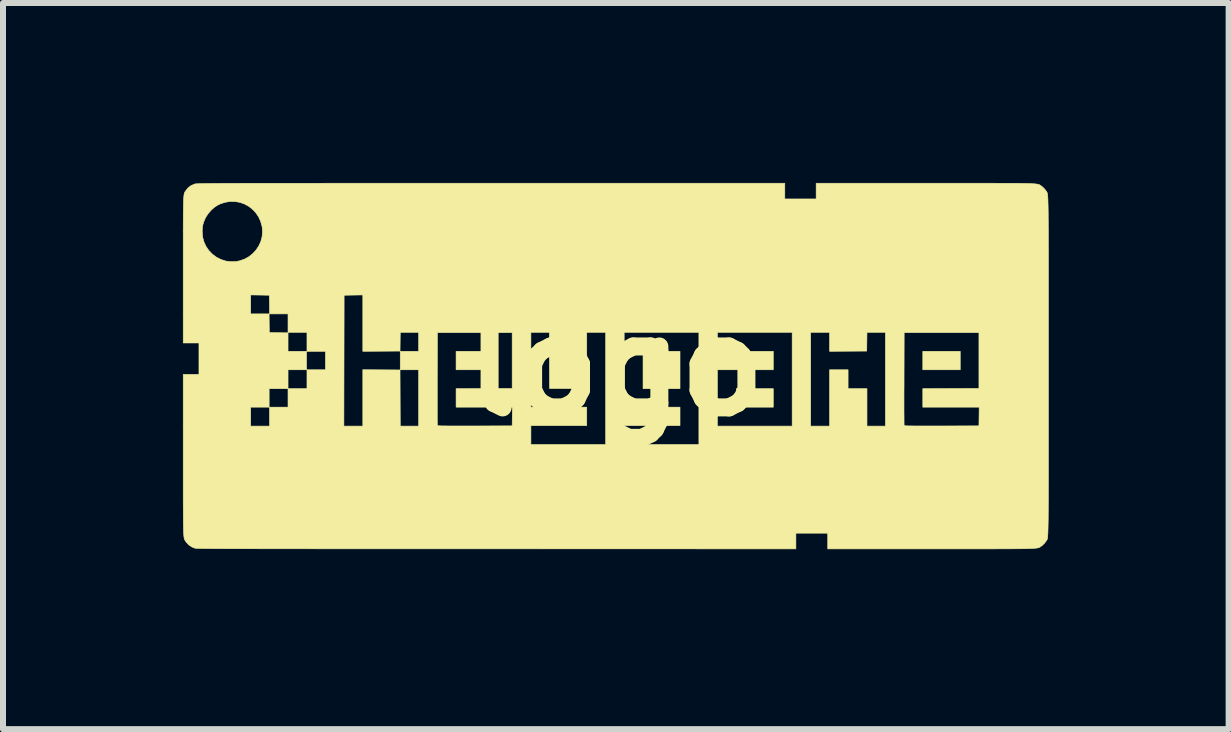
<source format=kicad_pcb>
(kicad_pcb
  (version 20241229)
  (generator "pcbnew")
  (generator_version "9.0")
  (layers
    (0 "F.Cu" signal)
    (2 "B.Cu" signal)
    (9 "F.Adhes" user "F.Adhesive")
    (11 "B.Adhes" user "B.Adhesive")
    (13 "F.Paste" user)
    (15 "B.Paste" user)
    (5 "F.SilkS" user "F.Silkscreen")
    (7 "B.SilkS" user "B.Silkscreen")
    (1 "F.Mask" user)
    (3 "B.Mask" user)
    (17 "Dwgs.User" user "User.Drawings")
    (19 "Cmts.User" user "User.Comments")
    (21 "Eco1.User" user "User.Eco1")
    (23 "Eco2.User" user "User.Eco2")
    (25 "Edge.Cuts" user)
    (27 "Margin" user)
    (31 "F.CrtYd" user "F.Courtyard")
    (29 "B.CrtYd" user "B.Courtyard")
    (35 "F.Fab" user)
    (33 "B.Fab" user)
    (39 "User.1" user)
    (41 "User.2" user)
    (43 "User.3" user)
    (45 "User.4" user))
  (footprint "logo"
    (layer "F.Cu")
    (at 7.217 3.053)
    (property "Reference" "logo" (at 0 0 0) (layer "F.SilkS") (effects (font (size 1.524 1.524) (thickness 0.3))))
    (attr through_hole)
    (fp_poly (pts (xy -2.04 0.062) (xy -2.663 0.062) (xy -2.663 -0.246) (xy -2.04 -0.246) (xy -2.04 0.062)) (stroke (width 0.01) (type solid)) (fill yes) (layer "F.SilkS"))
    (fp_poly (pts (xy 1.07 0.377) (xy 0.454 0.377) (xy 0.454 -0.246) (xy 1.07 -0.246) (xy 1.07 0.377)) (stroke (width 0.01) (type solid)) (fill yes) (layer "F.SilkS"))
    (fp_poly (pts (xy 2.625 0.685) (xy 2.009 0.685) (xy 2.009 0.377) (xy 2.625 0.377) (xy 2.625 0.685)) (stroke (width 0.01) (type solid)) (fill yes) (layer "F.SilkS"))
    (fp_poly (pts (xy 5.742 0.062) (xy 5.118 0.062) (xy 5.118 -0.246) (xy 5.742 -0.246) (xy 5.742 0.062)) (stroke (width 0.01) (type solid)) (fill yes) (layer "F.SilkS"))
    (fp_poly (pts (xy 5.869 -3.048) (xy 6.014 -3.048) (xy 6.146 -3.048) (xy 6.266 -3.048) (xy 6.375 -3.047) (xy 6.473 -3.047) (xy 6.561 -3.047) (xy 6.639 -3.046) (xy 6.709 -3.046) (xy 6.77 -3.045) (xy 6.823 -3.044) (xy 6.87 -3.043) (xy 6.909 -3.042) (xy 6.943 -3.04) (xy 6.971 -3.039) (xy 6.994 -3.037) (xy 7.014 -3.035) (xy 7.029 -3.032) (xy 7.041 -3.03) (xy 7.051 -3.027) (xy 7.059 -3.024) (xy 7.066 -3.021) (xy 7.072 -3.017) (xy 7.077 -3.013) (xy 7.084 -3.009) (xy 7.087 -3.007) (xy 7.123 -2.978) (xy 7.157 -2.942) (xy 7.176 -2.915) (xy 7.179 -2.911) (xy 7.182 -2.906) (xy 7.185 -2.902) (xy 7.188 -2.898) (xy 7.19 -2.893) (xy 7.192 -2.886) (xy 7.194 -2.878) (xy 7.196 -2.868) (xy 7.198 -2.854) (xy 7.2 -2.838) (xy 7.201 -2.818) (xy 7.203 -2.794) (xy 7.204 -2.766) (xy 7.205 -2.732) (xy 7.206 -2.693) (xy 7.207 -2.648) (xy 7.208 -2.596) (xy 7.209 -2.538) (xy 7.209 -2.472) (xy 7.21 -2.399) (xy 7.21 -2.317) (xy 7.211 -2.226) (xy 7.211 -2.126) (xy 7.211 -2.017) (xy 7.212 -1.897) (xy 7.212 -1.766) (xy 7.212 -1.625) (xy 7.212 -1.472) (xy 7.212 -1.306) (xy 7.212 -1.129) (xy 7.212 -0.938) (xy 7.212 -0.734) (xy 7.212 -0.516) (xy 7.212 -0.283) (xy 7.212 -0.036) (xy 7.212 0) (xy 7.212 0.249) (xy 7.212 0.484) (xy 7.212 0.704) (xy 7.212 0.91) (xy 7.212 1.103) (xy 7.212 1.282) (xy 7.212 1.449) (xy 7.212 1.604) (xy 7.212 1.747) (xy 7.212 1.879) (xy 7.211 2) (xy 7.211 2.111) (xy 7.211 2.213) (xy 7.21 2.305) (xy 7.21 2.388) (xy 7.209 2.462) (xy 7.209 2.529) (xy 7.208 2.589) (xy 7.207 2.641) (xy 7.206 2.687) (xy 7.205 2.727) (xy 7.204 2.761) (xy 7.203 2.79) (xy 7.201 2.815) (xy 7.2 2.836) (xy 7.198 2.852) (xy 7.197 2.866) (xy 7.195 2.877) (xy 7.193 2.885) (xy 7.19 2.892) (xy 7.188 2.897) (xy 7.185 2.902) (xy 7.183 2.906) (xy 7.18 2.91) (xy 7.177 2.915) (xy 7.176 2.915) (xy 7.148 2.953) (xy 7.112 2.988) (xy 7.087 3.007) (xy 7.08 3.011) (xy 7.074 3.015) (xy 7.068 3.019) (xy 7.062 3.023) (xy 7.054 3.026) (xy 7.045 3.029) (xy 7.033 3.032) (xy 7.019 3.034) (xy 7.001 3.036) (xy 6.978 3.038) (xy 6.952 3.04) (xy 6.919 3.041) (xy 6.881 3.043) (xy 6.837 3.044) (xy 6.785 3.045) (xy 6.726 3.046) (xy 6.658 3.046) (xy 6.581 3.047) (xy 6.495 3.047) (xy 6.398 3.047) (xy 6.291 3.048) (xy 6.172 3.048) (xy 6.042 3.048) (xy 5.899 3.048) (xy 5.743 3.048) (xy 5.573 3.048) (xy 5.388 3.048) (xy 5.252 3.048) (xy 3.533 3.048) (xy 3.533 2.786) (xy 3.002 2.786) (xy 3.002 3.048) (xy -1.988 3.047) (xy -2.325 3.047) (xy -2.647 3.047) (xy -2.954 3.047) (xy -3.247 3.047) (xy -3.526 3.047) (xy -3.791 3.047) (xy -4.043 3.047) (xy -4.281 3.047) (xy -4.507 3.047) (xy -4.721 3.047) (xy -4.922 3.047) (xy -5.112 3.046) (xy -5.29 3.046) (xy -5.457 3.046) (xy -5.614 3.046) (xy -5.76 3.046) (xy -5.896 3.046) (xy -6.023 3.045) (xy -6.14 3.045) (xy -6.247 3.045) (xy -6.347 3.044) (xy -6.437 3.044) (xy -6.52 3.044) (xy -6.595 3.043) (xy -6.662 3.043) (xy -6.723 3.043) (xy -6.777 3.042) (xy -6.824 3.042) (xy -6.865 3.041) (xy -6.901 3.041) (xy -6.931 3.04) (xy -6.956 3.04) (xy -6.976 3.039) (xy -6.992 3.038) (xy -7.004 3.038) (xy -7.012 3.037) (xy -7.017 3.036) (xy -7.018 3.036) (xy -7.074 3.013) (xy -7.125 2.977) (xy -7.167 2.929) (xy -7.176 2.915) (xy -7.181 2.908) (xy -7.185 2.902) (xy -7.188 2.895) (xy -7.192 2.887) (xy -7.195 2.877) (xy -7.197 2.865) (xy -7.2 2.85) (xy -7.202 2.831) (xy -7.204 2.807) (xy -7.205 2.779) (xy -7.207 2.744) (xy -7.208 2.703) (xy -7.209 2.655) (xy -7.21 2.599) (xy -7.21 2.535) (xy -7.211 2.461) (xy -7.211 2.377) (xy -7.212 2.283) (xy -7.212 2.177) (xy -7.212 2.059) (xy -7.212 1.929) (xy -7.212 1.785) (xy -7.212 1.627) (xy -7.212 1.472) (xy -7.212 0.685) (xy -6.088 0.685) (xy -6.088 1.001) (xy -5.773 1.001) (xy -4.534 1.001) (xy -4.218 1.001) (xy -4.218 0.061) (xy -3.908 0.063) (xy -3.598 0.065) (xy -3.596 0.533) (xy -3.594 1.001) (xy -3.287 1.001) (xy -3.287 0.612) (xy -2.977 0.612) (xy -2.977 0.697) (xy -2.977 0.772) (xy -2.977 0.839) (xy -2.977 0.894) (xy -2.976 0.938) (xy -2.976 0.97) (xy -2.975 0.987) (xy -2.975 0.991) (xy -2.972 0.993) (xy -2.962 0.994) (xy -2.945 0.996) (xy -2.921 0.997) (xy -2.887 0.998) (xy -2.844 0.998) (xy -2.791 0.999) (xy -2.726 0.999) (xy -2.65 0.999) (xy -2.56 0.999) (xy -2.457 0.999) (xy -2.35 0.999) (xy -1.728 0.997) (xy -1.726 0.841) (xy -1.724 0.685) (xy -2.663 0.685) (xy -2.663 0.377) (xy -2.196 0.375) (xy -1.728 0.373) (xy -1.728 -0.558) (xy -2.975 -0.558) (xy -2.977 0.212) (xy -2.977 0.319) (xy -2.977 0.423) (xy -2.977 0.521) (xy -2.977 0.612) (xy -3.287 0.612) (xy -3.287 0.062) (xy -3.594 0.062) (xy -3.594 -0.246) (xy -3.287 -0.246) (xy -3.287 -0.562) (xy -1.416 -0.562) (xy -1.416 0.685) (xy -0.485 0.685) (xy -0.485 0.993) (xy -1.416 0.993) (xy -1.416 1.308) (xy -0.169 1.308) (xy -0.169 -0.562) (xy 0.139 -0.562) (xy 0.139 0.685) (xy 1.07 0.685) (xy 1.07 0.993) (xy 0.139 0.993) (xy 0.139 1.308) (xy 1.385 1.308) (xy 1.385 -0.562) (xy 1.693 -0.562) (xy 1.693 -0.246) (xy 2.625 -0.246) (xy 2.625 0.062) (xy 1.693 0.062) (xy 1.693 1.001) (xy 2.94 1.001) (xy 2.94 -0.562) (xy 3.248 -0.562) (xy 3.248 1.001) (xy 3.564 1.001) (xy 3.564 0.062) (xy 3.872 0.062) (xy 3.872 0.377) (xy 4.187 0.377) (xy 4.187 1.001) (xy 4.495 1.001) (xy 4.495 0.612) (xy 4.804 0.612) (xy 4.804 0.697) (xy 4.804 0.772) (xy 4.805 0.839) (xy 4.805 0.894) (xy 4.805 0.938) (xy 4.806 0.97) (xy 4.806 0.987) (xy 4.806 0.991) (xy 4.81 0.993) (xy 4.82 0.994) (xy 4.836 0.996) (xy 4.861 0.997) (xy 4.894 0.998) (xy 4.937 0.998) (xy 4.991 0.999) (xy 5.055 0.999) (xy 5.132 0.999) (xy 5.221 0.999) (xy 5.325 0.999) (xy 5.432 0.999) (xy 6.054 0.997) (xy 6.056 0.841) (xy 6.058 0.685) (xy 5.118 0.685) (xy 5.118 0.377) (xy 5.586 0.375) (xy 6.054 0.373) (xy 6.054 -0.558) (xy 4.807 -0.558) (xy 4.805 0.212) (xy 4.805 0.319) (xy 4.804 0.423) (xy 4.804 0.521) (xy 4.804 0.612) (xy 4.495 0.612) (xy 4.495 -0.562) (xy 4.187 -0.562) (xy 4.185 -0.406) (xy 4.183 -0.25) (xy 3.873 -0.248) (xy 3.564 -0.246) (xy 3.564 -0.562) (xy 3.248 -0.562) (xy 2.94 -0.562) (xy 1.693 -0.562) (xy 1.385 -0.562) (xy 0.139 -0.562) (xy -0.169 -0.562) (xy -0.485 -0.562) (xy -0.485 0.377) (xy -0.795 0.375) (xy -1.105 0.373) (xy -1.108 -0.562) (xy -1.416 -0.562) (xy -3.287 -0.562) (xy -3.594 -0.562) (xy -3.596 -0.406) (xy -3.598 -0.25) (xy -3.908 -0.248) (xy -4.218 -0.246) (xy -4.218 -1.186) (xy -4.53 -1.181) (xy -4.532 -0.09) (xy -4.534 1.001) (xy -5.773 1.001) (xy -5.773 0.685) (xy -5.465 0.685) (xy -5.465 0.377) (xy -5.78 0.377) (xy -5.78 0.685) (xy -6.088 0.685) (xy -7.212 0.685) (xy -7.212 0.139) (xy -6.95 0.139) (xy -6.95 -0.385) (xy -7.212 -0.385) (xy -7.212 -1.186) (xy -6.088 -1.186) (xy -6.088 -0.87) (xy -5.781 -0.87) (xy -5.779 -0.714) (xy -5.777 -0.558) (xy -5.621 -0.556) (xy -5.465 -0.554) (xy -5.465 -0.246) (xy -5.157 -0.246) (xy -5.157 0.062) (xy -5.465 0.062) (xy -5.465 0.377) (xy -5.149 0.377) (xy -5.149 0.062) (xy -4.841 0.062) (xy -4.841 -0.246) (xy -5.149 -0.246) (xy -5.149 -0.562) (xy -5.465 -0.562) (xy -5.465 -0.87) (xy -5.772 -0.87) (xy -5.774 -1.026) (xy -5.777 -1.181) (xy -5.932 -1.184) (xy -6.088 -1.186) (xy -7.212 -1.186) (xy -7.212 -1.596) (xy -7.212 -1.759) (xy -7.212 -1.907) (xy -7.212 -2.041) (xy -7.212 -2.163) (xy -7.212 -2.244) (xy -6.896 -2.244) (xy -6.89 -2.156) (xy -6.869 -2.075) (xy -6.835 -1.999) (xy -6.789 -1.931) (xy -6.728 -1.867) (xy -6.659 -1.815) (xy -6.584 -1.777) (xy -6.504 -1.751) (xy -6.421 -1.74) (xy -6.335 -1.742) (xy -6.27 -1.755) (xy -6.19 -1.783) (xy -6.117 -1.823) (xy -6.053 -1.874) (xy -5.998 -1.934) (xy -5.953 -2.001) (xy -5.919 -2.075) (xy -5.898 -2.153) (xy -5.89 -2.235) (xy -5.896 -2.317) (xy -5.899 -2.333) (xy -5.923 -2.417) (xy -5.959 -2.494) (xy -6.006 -2.561) (xy -6.062 -2.619) (xy -6.125 -2.667) (xy -6.195 -2.704) (xy -6.27 -2.73) (xy -6.349 -2.743) (xy -6.43 -2.744) (xy -6.512 -2.731) (xy -6.593 -2.705) (xy -6.642 -2.681) (xy -6.696 -2.645) (xy -6.748 -2.598) (xy -6.794 -2.545) (xy -6.832 -2.488) (xy -6.842 -2.47) (xy -6.868 -2.41) (xy -6.885 -2.355) (xy -6.894 -2.3) (xy -6.896 -2.244) (xy -7.212 -2.244) (xy -7.212 -2.271) (xy -7.212 -2.368) (xy -7.211 -2.454) (xy -7.211 -2.53) (xy -7.21 -2.596) (xy -7.209 -2.653) (xy -7.208 -2.702) (xy -7.207 -2.744) (xy -7.206 -2.778) (xy -7.204 -2.807) (xy -7.202 -2.831) (xy -7.2 -2.85) (xy -7.197 -2.865) (xy -7.194 -2.878) (xy -7.191 -2.887) (xy -7.188 -2.896) (xy -7.184 -2.903) (xy -7.179 -2.91) (xy -7.176 -2.915) (xy -7.136 -2.966) (xy -7.087 -3.006) (xy -7.029 -3.032) (xy -7.014 -3.037) (xy -7.01 -3.037) (xy -7.003 -3.038) (xy -6.993 -3.039) (xy -6.98 -3.039) (xy -6.963 -3.04) (xy -6.942 -3.041) (xy -6.917 -3.041) (xy -6.887 -3.042) (xy -6.852 -3.042) (xy -6.811 -3.043) (xy -6.765 -3.043) (xy -6.713 -3.044) (xy -6.654 -3.044) (xy -6.589 -3.045) (xy -6.516 -3.045) (xy -6.436 -3.045) (xy -6.349 -3.045) (xy -6.253 -3.046) (xy -6.148 -3.046) (xy -6.035 -3.046) (xy -5.912 -3.047) (xy -5.78 -3.047) (xy -5.639 -3.047) (xy -5.487 -3.047) (xy -5.324 -3.047) (xy -5.15 -3.047) (xy -4.966 -3.047) (xy -4.769 -3.048) (xy -4.561 -3.048) (xy -4.34 -3.048) (xy -4.107 -3.048) (xy -3.861 -3.048) (xy -3.601 -3.048) (xy -3.328 -3.048) (xy -3.041 -3.048) (xy -2.74 -3.048) (xy -2.423 -3.048) (xy -2.092 -3.048) (xy 2.817 -3.048) (xy 2.817 -2.786) (xy 3.34 -2.786) (xy 3.34 -3.048) (xy 5.155 -3.048) (xy 5.356 -3.048) (xy 5.541 -3.048) (xy 5.712 -3.048) (xy 5.869 -3.048)) (stroke (width 0.01) (type solid)) (fill yes) (layer "F.SilkS")))
  (gr_rect
    (start -3 -3)
    (end 17.434 9.106)
    (stroke (width 0.1) (type default))
    (fill no)
    (layer "Edge.Cuts")))
</source>
